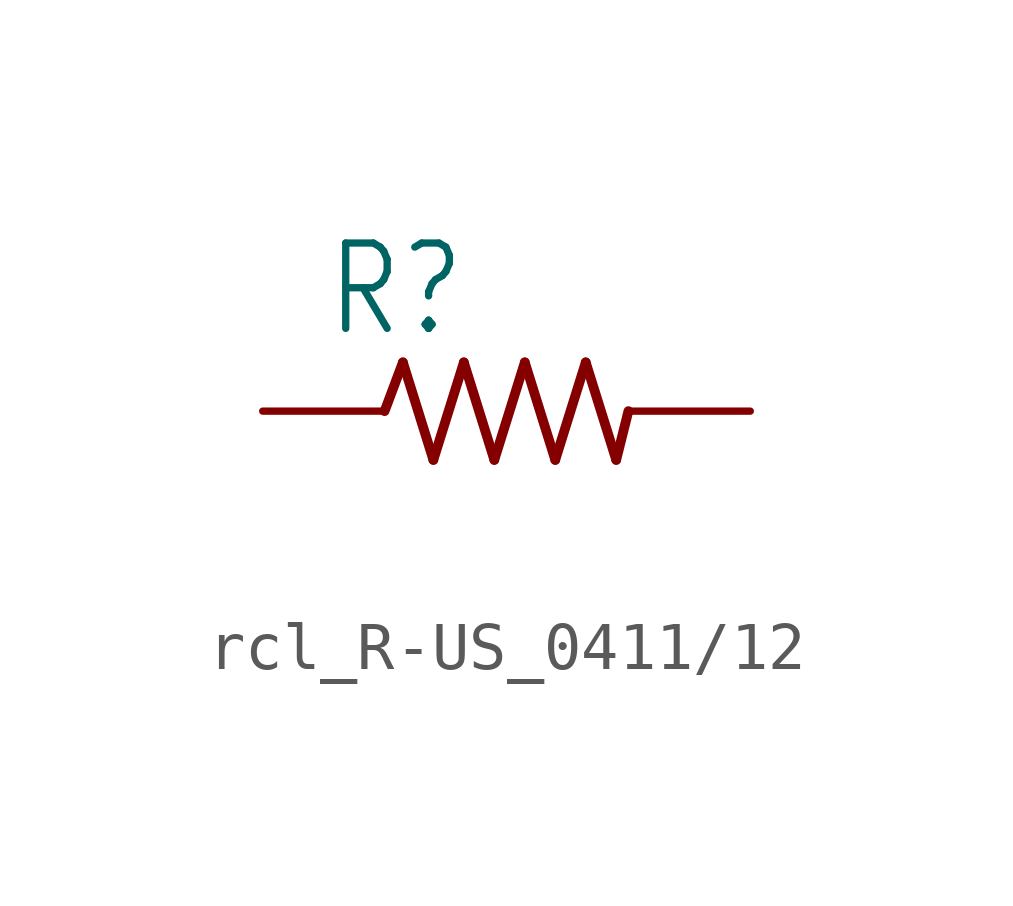
<source format=kicad_sym>
(kicad_symbol_lib
  (version 20231120)
  (generator "kicad_symbol_editor")
  (generator_version "8.0")
  (symbol "rcl_R-US_0411/12"
    (property "Reference" "R"
      (at -3.81 1.499 0)
      (effects (font (size 1.778 1.511)) (justify left bottom)))
    (property "Value" ""
      (at -3.81 -3.302 0)
      (effects (font (size 1.778 1.511)) (justify left bottom)))
    (property "ki_locked" ""
      (at 0 0 0)
      (effects (font (size 1.27 1.27))))
    (symbol "rcl_R-US_0411/12_1_0"
      (polyline (pts (xy -2.54 0) (xy -2.159 1.016)) (stroke (width 0.203) (type solid)) (fill (type none)))
      (polyline (pts (xy -2.159 1.016) (xy -1.524 -1.016)) (stroke (width 0.203) (type solid)) (fill (type none)))
      (polyline (pts (xy -1.524 -1.016) (xy -0.889 1.016)) (stroke (width 0.203) (type solid)) (fill (type none)))
      (polyline (pts (xy -0.889 1.016) (xy -0.254 -1.016)) (stroke (width 0.203) (type solid)) (fill (type none)))
      (polyline (pts (xy -0.254 -1.016) (xy 0.381 1.016)) (stroke (width 0.203) (type solid)) (fill (type none)))
      (polyline (pts (xy 0.381 1.016) (xy 1.016 -1.016)) (stroke (width 0.203) (type solid)) (fill (type none)))
      (polyline (pts (xy 1.016 -1.016) (xy 1.651 1.016)) (stroke (width 0.203) (type solid)) (fill (type none)))
      (polyline (pts (xy 1.651 1.016) (xy 2.286 -1.016)) (stroke (width 0.203) (type solid)) (fill (type none)))
      (polyline (pts (xy 2.286 -1.016) (xy 2.54 0)) (stroke (width 0.203) (type solid)) (fill (type none)))
      (pin passive line (at -5.08 0 0) (length 2.54) (name "1" (effects (font (size 0 0)))) (number "1" (effects (font (size 0 0)))))
      (pin passive line (at 5.08 0 180) (length 2.54) (name "2" (effects (font (size 0 0)))) (number "2" (effects (font (size 0 0))))))))
</source>
